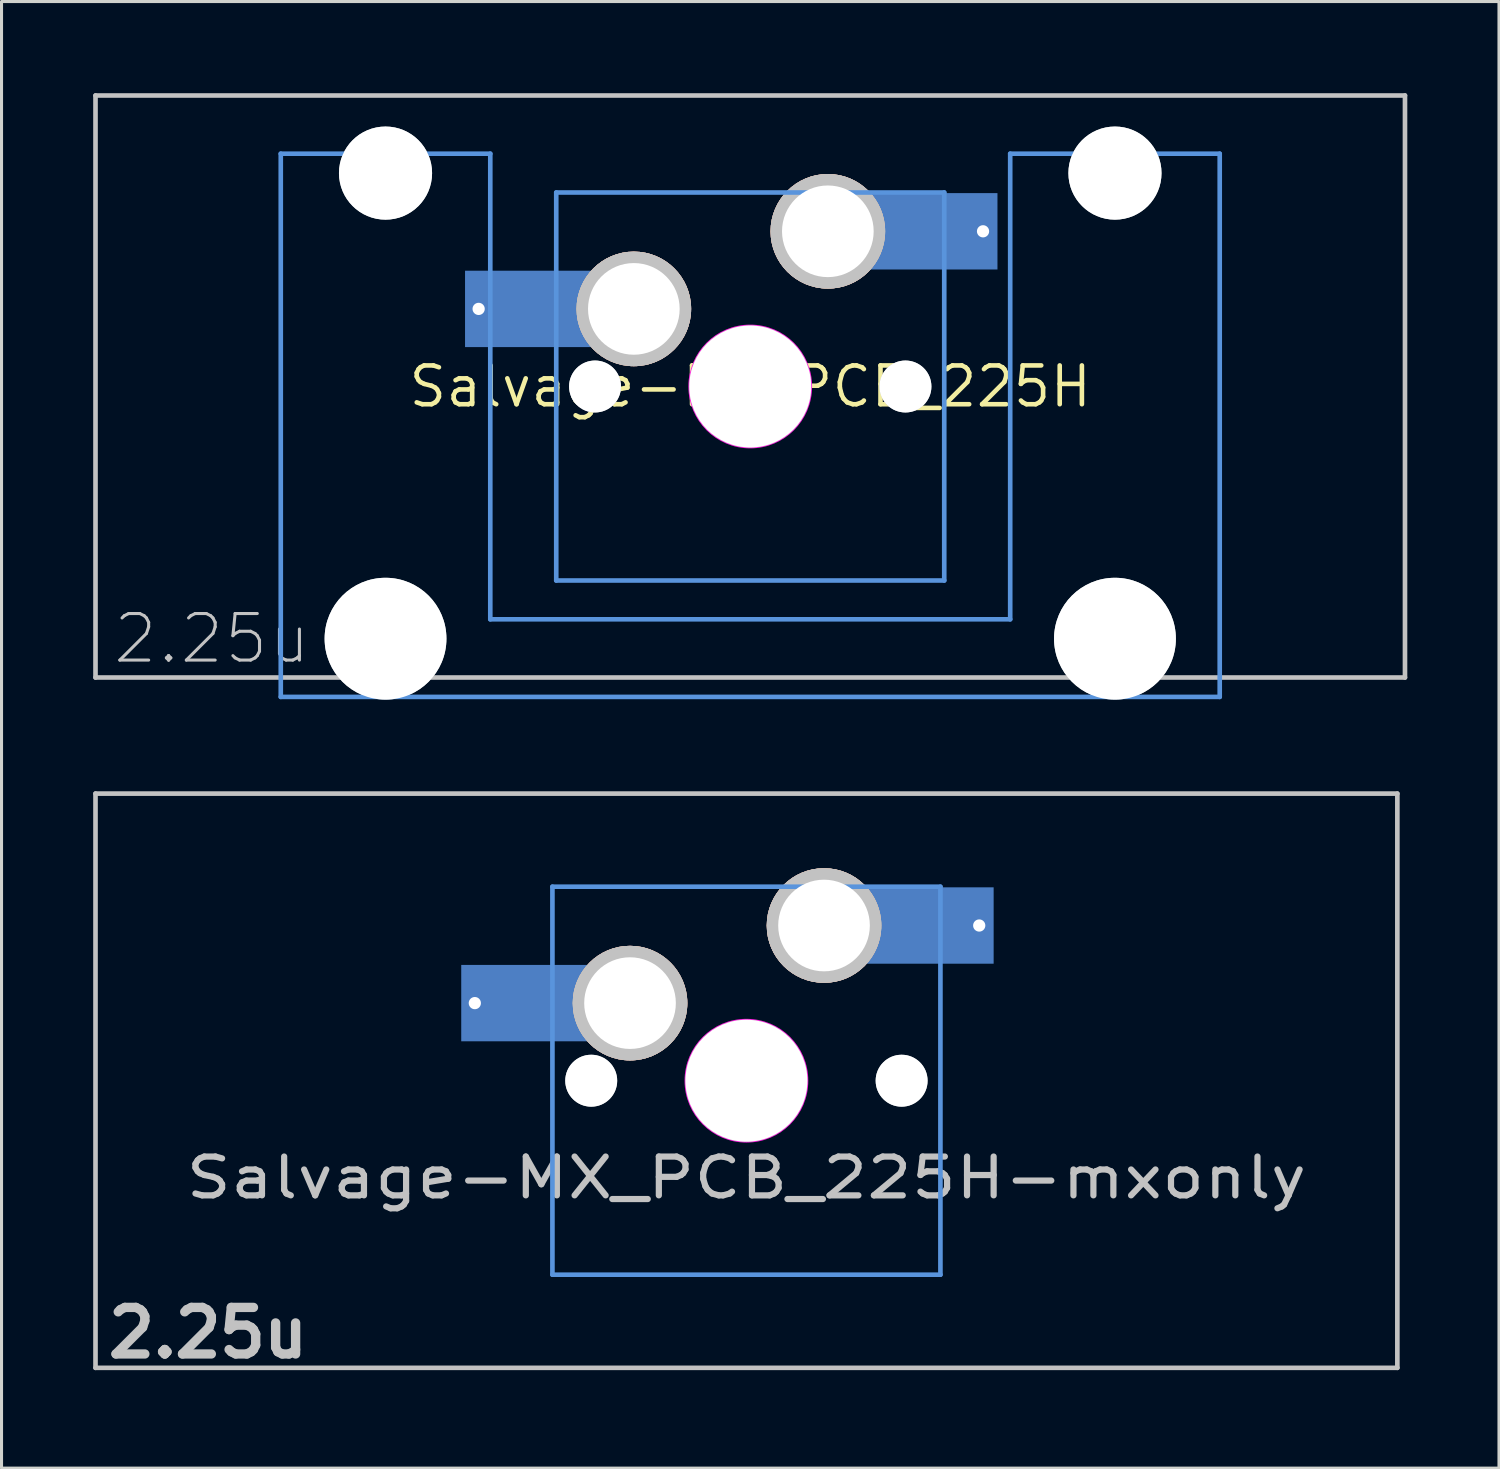
<source format=kicad_pcb>
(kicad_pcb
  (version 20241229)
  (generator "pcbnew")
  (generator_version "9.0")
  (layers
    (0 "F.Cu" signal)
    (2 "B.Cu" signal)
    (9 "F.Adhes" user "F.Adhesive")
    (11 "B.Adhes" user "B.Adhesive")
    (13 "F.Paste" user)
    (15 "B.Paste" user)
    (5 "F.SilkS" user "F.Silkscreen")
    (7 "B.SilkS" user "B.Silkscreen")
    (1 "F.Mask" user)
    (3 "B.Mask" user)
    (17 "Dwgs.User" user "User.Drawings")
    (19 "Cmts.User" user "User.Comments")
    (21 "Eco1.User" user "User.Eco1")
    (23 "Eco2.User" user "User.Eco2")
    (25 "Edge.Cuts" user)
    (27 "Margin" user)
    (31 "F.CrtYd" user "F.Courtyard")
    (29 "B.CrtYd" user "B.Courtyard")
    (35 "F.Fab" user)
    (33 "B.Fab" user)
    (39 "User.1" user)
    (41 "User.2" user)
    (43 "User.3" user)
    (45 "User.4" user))
  (footprint "Salvage-MX_PCB_225H"
    (layer "F.Cu")
    (at 21.507 9.601)
    (property "Reference" "Salvage-MX_PCB_225H" (at 0 0 0) (layer "F.SilkS") (effects (font (size 1.27 1.27) (thickness 0.15))))
    (fp_line (start -21.431 -9.525) (end 21.431 -9.525) (stroke (width 0.152) (type solid)) (layer "Dwgs.User"))
    (fp_line (start -21.431 9.525) (end -21.431 -9.525) (stroke (width 0.152) (type solid)) (layer "Dwgs.User"))
    (fp_line (start 21.431 -9.525) (end 21.431 9.525) (stroke (width 0.152) (type solid)) (layer "Dwgs.User"))
    (fp_line (start 21.431 9.525) (end -21.431 9.525) (stroke (width 0.152) (type solid)) (layer "Dwgs.User"))
    (fp_line (start -15.367 -7.62) (end -15.367 10.16) (stroke (width 0.152) (type solid)) (layer "Cmts.User"))
    (fp_line (start -15.367 10.16) (end 15.367 10.16) (stroke (width 0.152) (type solid)) (layer "Cmts.User"))
    (fp_line (start -8.509 -7.62) (end -15.367 -7.62) (stroke (width 0.152) (type solid)) (layer "Cmts.User"))
    (fp_line (start -8.509 7.62) (end -8.509 -7.62) (stroke (width 0.152) (type solid)) (layer "Cmts.User"))
    (fp_line (start -6.35 -6.35) (end 6.35 -6.35) (stroke (width 0.152) (type solid)) (layer "Cmts.User"))
    (fp_line (start -6.35 6.35) (end -6.35 -6.35) (stroke (width 0.152) (type solid)) (layer "Cmts.User"))
    (fp_line (start 6.35 -6.35) (end 6.35 6.35) (stroke (width 0.152) (type solid)) (layer "Cmts.User"))
    (fp_line (start 6.35 6.35) (end -6.35 6.35) (stroke (width 0.152) (type solid)) (layer "Cmts.User"))
    (fp_line (start 8.509 -7.62) (end 8.509 7.62) (stroke (width 0.152) (type solid)) (layer "Cmts.User"))
    (fp_line (start 8.509 7.62) (end -8.509 7.62) (stroke (width 0.152) (type solid)) (layer "Cmts.User"))
    (fp_line (start 15.367 -7.62) (end 8.509 -7.62) (stroke (width 0.152) (type solid)) (layer "Cmts.User"))
    (fp_line (start 15.367 10.16) (end 15.367 -7.62) (stroke (width 0.152) (type solid)) (layer "Cmts.User"))
    (fp_curve (pts (xy -15.46 -7.995) (xy -15.46 -7.995) (xy -15.46 8.005) (xy -15.46 8.005)) (stroke (width 0.3) (type solid)) (layer "Eco2.User"))
    (fp_curve (pts (xy -15.46 8.005) (xy -15.46 8.555) (xy -15.01 9.005) (xy -14.46 9.005)) (stroke (width 0.3) (type solid)) (layer "Eco2.User"))
    (fp_curve (pts (xy -14.46 -8.995) (xy -15.01 -8.995) (xy -15.46 -8.545) (xy -15.46 -7.995)) (stroke (width 0.3) (type solid)) (layer "Eco2.User"))
    (fp_curve (pts (xy -14.46 9.005) (xy -14.46 9.005) (xy -9.41 9.005) (xy -9.41 9.005)) (stroke (width 0.3) (type solid)) (layer "Eco2.User"))
    (fp_curve (pts (xy -9.41 -8.995) (xy -9.41 -8.995) (xy -14.46 -8.995) (xy -14.46 -8.995)) (stroke (width 0.3) (type solid)) (layer "Eco2.User"))
    (fp_curve (pts (xy -9.41 9.005) (xy -8.86 9.005) (xy -8.41 8.555) (xy -8.41 8.005)) (stroke (width 0.3) (type solid)) (layer "Eco2.User"))
    (fp_curve (pts (xy -8.41 -7.995) (xy -8.41 -8.545) (xy -8.86 -8.995) (xy -9.41 -8.995)) (stroke (width 0.3) (type solid)) (layer "Eco2.User"))
    (fp_curve (pts (xy -8.41 8.005) (xy -8.41 8.005) (xy -8.41 -7.995) (xy -8.41 -7.995)) (stroke (width 0.3) (type solid)) (layer "Eco2.User"))
    (fp_curve (pts (xy -7 -6.001) (xy -7 -6.551) (xy -6.55 -7.001) (xy -6 -7.001)) (stroke (width 0.3) (type solid)) (layer "Eco2.User"))
    (fp_curve (pts (xy -7 5.999) (xy -7 5.999) (xy -7 -6.001) (xy -7 -6.001)) (stroke (width 0.3) (type solid)) (layer "Eco2.User"))
    (fp_curve (pts (xy -6 -7.001) (xy -6 -7.001) (xy 6 -7.001) (xy 6 -7.001)) (stroke (width 0.3) (type solid)) (layer "Eco2.User"))
    (fp_curve (pts (xy -6 6.999) (xy -6.55 6.999) (xy -7 6.549) (xy -7 5.999)) (stroke (width 0.3) (type solid)) (layer "Eco2.User"))
    (fp_curve (pts (xy 6 -7.001) (xy 6.55 -7.001) (xy 7 -6.551) (xy 7 -6.001)) (stroke (width 0.3) (type solid)) (layer "Eco2.User"))
    (fp_curve (pts (xy 6 6.999) (xy 6 6.999) (xy -6 6.999) (xy -6 6.999)) (stroke (width 0.3) (type solid)) (layer "Eco2.User"))
    (fp_curve (pts (xy 7 -6.001) (xy 7 -6.001) (xy 7 5.999) (xy 7 5.999)) (stroke (width 0.3) (type solid)) (layer "Eco2.User"))
    (fp_curve (pts (xy 7 5.999) (xy 7 6.549) (xy 6.55 6.999) (xy 6 6.999)) (stroke (width 0.3) (type solid)) (layer "Eco2.User"))
    (fp_curve (pts (xy 8.406 -7.995) (xy 8.406 -8.545) (xy 8.856 -8.995) (xy 9.406 -8.995)) (stroke (width 0.3) (type solid)) (layer "Eco2.User"))
    (fp_curve (pts (xy 8.406 8.005) (xy 8.406 8.005) (xy 8.406 -7.995) (xy 8.406 -7.995)) (stroke (width 0.3) (type solid)) (layer "Eco2.User"))
    (fp_curve (pts (xy 9.406 -8.995) (xy 9.406 -8.995) (xy 14.456 -8.995) (xy 14.456 -8.995)) (stroke (width 0.3) (type solid)) (layer "Eco2.User"))
    (fp_curve (pts (xy 9.406 9.005) (xy 8.856 9.005) (xy 8.406 8.555) (xy 8.406 8.005)) (stroke (width 0.3) (type solid)) (layer "Eco2.User"))
    (fp_curve (pts (xy 14.456 -8.995) (xy 15.006 -8.995) (xy 15.456 -8.545) (xy 15.456 -7.995)) (stroke (width 0.3) (type solid)) (layer "Eco2.User"))
    (fp_curve (pts (xy 14.456 9.005) (xy 14.456 9.005) (xy 9.406 9.005) (xy 9.406 9.005)) (stroke (width 0.3) (type solid)) (layer "Eco2.User"))
    (fp_curve (pts (xy 15.456 -7.995) (xy 15.456 -7.995) (xy 15.456 8.005) (xy 15.456 8.005)) (stroke (width 0.3) (type solid)) (layer "Eco2.User"))
    (fp_curve (pts (xy 15.456 8.005) (xy 15.456 8.555) (xy 15.006 9.005) (xy 14.456 9.005)) (stroke (width 0.3) (type solid)) (layer "Eco2.User"))
    (fp_circle (center 0 0) (end 2 0) (stroke (width 0.05) (type solid)) (fill no) (layer "F.CrtYd"))
    (fp_text user "2.25u" (at -17.623 8.255 0) (layer "Dwgs.User") (effects (font (size 1.524 1.524) (thickness 0.1))))
    (pad "" np_thru_hole circle (at -11.938 -6.985) (size 3.048 3.048) (drill 3.048) (layers "*.Cu" "Dwgs.User"))
    (pad "" np_thru_hole circle (at -11.938 8.255) (size 3.988 3.988) (drill 3.988) (layers "*.Cu" "Dwgs.User"))
    (pad "" smd rect (at -7.085 -2.54) (size 2.55 2.5) (layers "B.Mask" "B.Paste"))
    (pad "" np_thru_hole circle (at -5.08 0) (size 1.7 1.7) (drill 1.7) (layers "*.Cu" "Dwgs.User"))
    (pad "" np_thru_hole circle (at 0 0) (size 3.988 3.988) (drill 3.988) (layers "*.Cu" "Dwgs.User"))
    (pad "" np_thru_hole circle (at 5.08 0) (size 1.7 1.7) (drill 1.7) (layers "*.Cu" "Dwgs.User"))
    (pad "" smd rect (at 5.815 -5.08) (size 2.55 2.5) (layers "B.Mask" "B.Paste"))
    (pad "" np_thru_hole circle (at 11.938 -6.985) (size 3.048 3.048) (drill 3.048) (layers "*.Cu" "Dwgs.User"))
    (pad "" np_thru_hole circle (at 11.938 8.255) (size 3.988 3.988) (drill 3.988) (layers "*.Cu" "Dwgs.User"))
    (pad "1" thru_hole circle (at 2.54 -5.08) (size 3.75 3.75) (drill 3) (layers "*.Cu" "*.SilkS" "*.Mask" "Dwgs.User"))
    (pad "1" smd rect (at 5.842 -5.08) (size 4.5 2.5) (layers "B.Cu"))
    (pad "1" thru_hole circle (at 7.62 -5.08) (size 0.8 0.8) (drill 0.4) (layers "*.Cu"))
    (pad "2" thru_hole circle (at -8.89 -2.54) (size 0.8 0.8) (drill 0.4) (layers "*.Cu"))
    (pad "2" smd rect (at -7.085 -2.54) (size 4.5 2.5) (layers "B.Cu"))
    (pad "2" thru_hole circle (at -3.81 -2.54) (size 3.75 3.75) (drill 3) (layers "*.Cu" "*.SilkS" "*.Mask" "Dwgs.User")))
  (footprint "Salvage-MX_PCB_225H-mxonly"
    (layer "F.Cu")
    (at 21.382 32.324)
    (property "Reference" "Salvage-MX_PCB_225H-mxonly" (at 0 3.175 0) (layer "Dwgs.User") (effects (font (size 1.27 1.524) (thickness 0.203))))
    (fp_line (start -21.306 -9.398) (end 21.306 -9.398) (stroke (width 0.152) (type solid)) (layer "Dwgs.User"))
    (fp_line (start -21.306 9.398) (end -21.306 -9.398) (stroke (width 0.152) (type solid)) (layer "Dwgs.User"))
    (fp_line (start 21.306 -9.398) (end 21.306 9.398) (stroke (width 0.152) (type solid)) (layer "Dwgs.User"))
    (fp_line (start 21.306 9.398) (end -21.306 9.398) (stroke (width 0.152) (type solid)) (layer "Dwgs.User"))
    (fp_line (start -6.35 -6.35) (end 6.35 -6.35) (stroke (width 0.152) (type solid)) (layer "Cmts.User"))
    (fp_line (start -6.35 6.35) (end -6.35 -6.35) (stroke (width 0.152) (type solid)) (layer "Cmts.User"))
    (fp_line (start 6.35 -6.35) (end 6.35 6.35) (stroke (width 0.152) (type solid)) (layer "Cmts.User"))
    (fp_line (start 6.35 6.35) (end -6.35 6.35) (stroke (width 0.152) (type solid)) (layer "Cmts.User"))
    (fp_circle (center 0 0) (end 2 0) (stroke (width 0.05) (type solid)) (fill no) (layer "F.CrtYd"))
    (fp_text user "2.25u" (at -17.623 8.255 0) (layer "Dwgs.User") (effects (font (size 1.524 1.524) (thickness 0.305))))
    (pad "" smd rect (at -7.085 -2.54) (size 2.55 2.5) (layers "B.Mask" "B.Paste"))
    (pad "" np_thru_hole circle (at -5.08 0) (size 1.7 1.7) (drill 1.7) (layers "*.Cu" "Dwgs.User"))
    (pad "" np_thru_hole circle (at 0 0) (size 3.988 3.988) (drill 3.988) (layers "*.Cu" "Dwgs.User"))
    (pad "" np_thru_hole circle (at 5.08 0) (size 1.7 1.7) (drill 1.7) (layers "*.Cu" "Dwgs.User"))
    (pad "" smd rect (at 5.815 -5.08) (size 2.55 2.5) (layers "B.Mask" "B.Paste"))
    (pad "1" thru_hole circle (at 2.54 -5.08) (size 3.75 3.75) (drill 3) (layers "*.Cu" "*.SilkS" "*.Mask" "Dwgs.User"))
    (pad "1" smd rect (at 5.842 -5.08) (size 4.5 2.5) (layers "B.Cu"))
    (pad "1" thru_hole circle (at 7.62 -5.08) (size 0.8 0.8) (drill 0.4) (layers "*.Cu"))
    (pad "2" thru_hole circle (at -8.89 -2.54) (size 0.8 0.8) (drill 0.4) (layers "*.Cu"))
    (pad "2" smd rect (at -7.085 -2.54) (size 4.5 2.5) (layers "B.Cu"))
    (pad "2" thru_hole circle (at -3.81 -2.54) (size 3.75 3.75) (drill 3) (layers "*.Cu" "*.SilkS" "*.Mask" "Dwgs.User")))
  (gr_rect
    (start -3 -3)
    (end 46.015 45.006)
    (stroke (width 0.1) (type default))
    (fill no)
    (layer "Edge.Cuts")))
</source>
